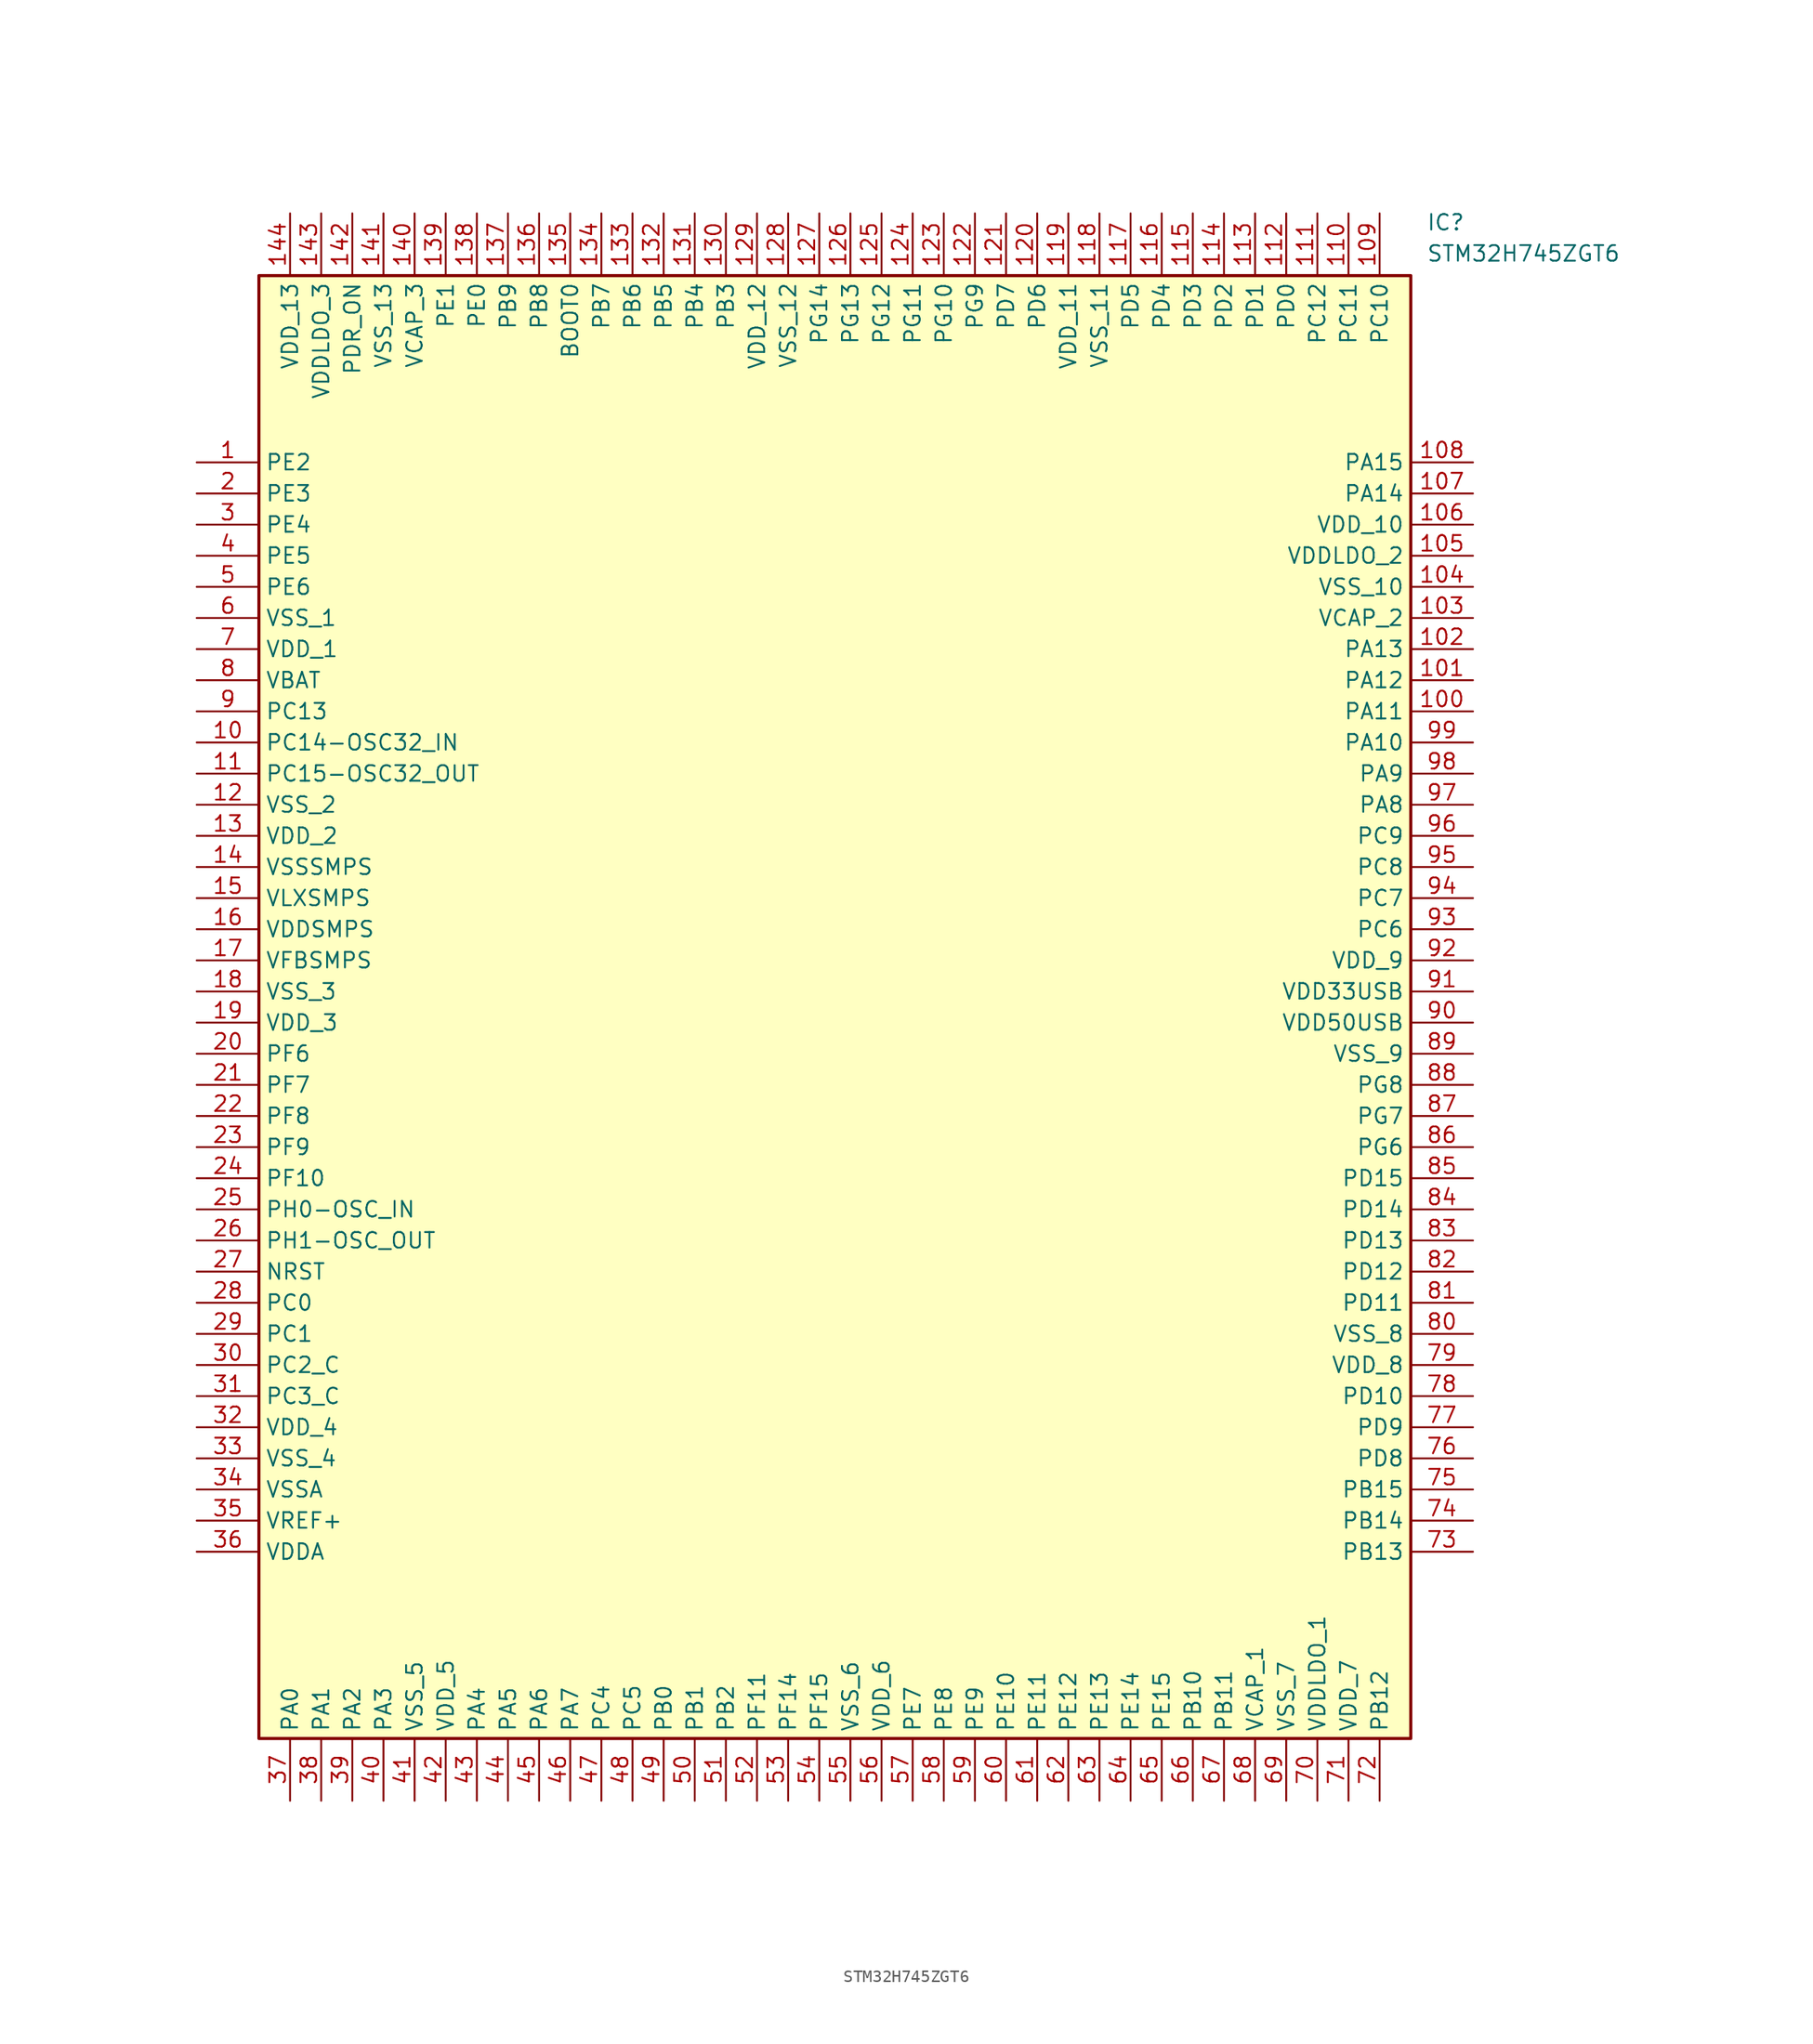
<source format=kicad_sym>
(kicad_symbol_lib
  (version 20211014)
  (generator SamacSys_ECAD_Model)
  (symbol "STM32H745ZGT6"
    (property "Reference" "IC"
      (at 100.33 20.32 0)
      (effects (font (size 1.27 1.27)) (justify left top)))
    (property "Value" "STM32H745ZGT6"
      (at 100.33 17.78 0)
      (effects (font (size 1.27 1.27)) (justify left top)))
    (rectangle
      (start 5.08 15.24)
      (end 99.06 -104.14)
      (stroke (width 0.254) (type default))
      (fill (type background)))
    (pin passive line
      (at 0 0 0)
      (length 5.08)
      (name "PE2" (effects (font (size 1.27 1.27))))
      (number "1" (effects (font (size 1.27 1.27)))))
    (pin passive line
      (at 0 -2.54 0)
      (length 5.08)
      (name "PE3" (effects (font (size 1.27 1.27))))
      (number "2" (effects (font (size 1.27 1.27)))))
    (pin passive line
      (at 0 -5.08 0)
      (length 5.08)
      (name "PE4" (effects (font (size 1.27 1.27))))
      (number "3" (effects (font (size 1.27 1.27)))))
    (pin passive line
      (at 0 -7.62 0)
      (length 5.08)
      (name "PE5" (effects (font (size 1.27 1.27))))
      (number "4" (effects (font (size 1.27 1.27)))))
    (pin passive line
      (at 0 -10.16 0)
      (length 5.08)
      (name "PE6" (effects (font (size 1.27 1.27))))
      (number "5" (effects (font (size 1.27 1.27)))))
    (pin passive line
      (at 0 -12.7 0)
      (length 5.08)
      (name "VSS_1" (effects (font (size 1.27 1.27))))
      (number "6" (effects (font (size 1.27 1.27)))))
    (pin passive line
      (at 0 -15.24 0)
      (length 5.08)
      (name "VDD_1" (effects (font (size 1.27 1.27))))
      (number "7" (effects (font (size 1.27 1.27)))))
    (pin passive line
      (at 0 -17.78 0)
      (length 5.08)
      (name "VBAT" (effects (font (size 1.27 1.27))))
      (number "8" (effects (font (size 1.27 1.27)))))
    (pin passive line
      (at 0 -20.32 0)
      (length 5.08)
      (name "PC13" (effects (font (size 1.27 1.27))))
      (number "9" (effects (font (size 1.27 1.27)))))
    (pin passive line
      (at 0 -22.86 0)
      (length 5.08)
      (name "PC14-OSC32_IN" (effects (font (size 1.27 1.27))))
      (number "10" (effects (font (size 1.27 1.27)))))
    (pin passive line
      (at 0 -25.4 0)
      (length 5.08)
      (name "PC15-OSC32_OUT" (effects (font (size 1.27 1.27))))
      (number "11" (effects (font (size 1.27 1.27)))))
    (pin passive line
      (at 0 -27.94 0)
      (length 5.08)
      (name "VSS_2" (effects (font (size 1.27 1.27))))
      (number "12" (effects (font (size 1.27 1.27)))))
    (pin passive line
      (at 0 -30.48 0)
      (length 5.08)
      (name "VDD_2" (effects (font (size 1.27 1.27))))
      (number "13" (effects (font (size 1.27 1.27)))))
    (pin passive line
      (at 0 -33.02 0)
      (length 5.08)
      (name "VSSSMPS" (effects (font (size 1.27 1.27))))
      (number "14" (effects (font (size 1.27 1.27)))))
    (pin passive line
      (at 0 -35.56 0)
      (length 5.08)
      (name "VLXSMPS" (effects (font (size 1.27 1.27))))
      (number "15" (effects (font (size 1.27 1.27)))))
    (pin passive line
      (at 0 -38.1 0)
      (length 5.08)
      (name "VDDSMPS" (effects (font (size 1.27 1.27))))
      (number "16" (effects (font (size 1.27 1.27)))))
    (pin passive line
      (at 0 -40.64 0)
      (length 5.08)
      (name "VFBSMPS" (effects (font (size 1.27 1.27))))
      (number "17" (effects (font (size 1.27 1.27)))))
    (pin passive line
      (at 0 -43.18 0)
      (length 5.08)
      (name "VSS_3" (effects (font (size 1.27 1.27))))
      (number "18" (effects (font (size 1.27 1.27)))))
    (pin passive line
      (at 0 -45.72 0)
      (length 5.08)
      (name "VDD_3" (effects (font (size 1.27 1.27))))
      (number "19" (effects (font (size 1.27 1.27)))))
    (pin passive line
      (at 0 -48.26 0)
      (length 5.08)
      (name "PF6" (effects (font (size 1.27 1.27))))
      (number "20" (effects (font (size 1.27 1.27)))))
    (pin passive line
      (at 0 -50.8 0)
      (length 5.08)
      (name "PF7" (effects (font (size 1.27 1.27))))
      (number "21" (effects (font (size 1.27 1.27)))))
    (pin passive line
      (at 0 -53.34 0)
      (length 5.08)
      (name "PF8" (effects (font (size 1.27 1.27))))
      (number "22" (effects (font (size 1.27 1.27)))))
    (pin passive line
      (at 0 -55.88 0)
      (length 5.08)
      (name "PF9" (effects (font (size 1.27 1.27))))
      (number "23" (effects (font (size 1.27 1.27)))))
    (pin passive line
      (at 0 -58.42 0)
      (length 5.08)
      (name "PF10" (effects (font (size 1.27 1.27))))
      (number "24" (effects (font (size 1.27 1.27)))))
    (pin passive line
      (at 0 -60.96 0)
      (length 5.08)
      (name "PH0-OSC_IN" (effects (font (size 1.27 1.27))))
      (number "25" (effects (font (size 1.27 1.27)))))
    (pin passive line
      (at 0 -63.5 0)
      (length 5.08)
      (name "PH1-OSC_OUT" (effects (font (size 1.27 1.27))))
      (number "26" (effects (font (size 1.27 1.27)))))
    (pin passive line
      (at 0 -66.04 0)
      (length 5.08)
      (name "NRST" (effects (font (size 1.27 1.27))))
      (number "27" (effects (font (size 1.27 1.27)))))
    (pin passive line
      (at 0 -68.58 0)
      (length 5.08)
      (name "PC0" (effects (font (size 1.27 1.27))))
      (number "28" (effects (font (size 1.27 1.27)))))
    (pin passive line
      (at 0 -71.12 0)
      (length 5.08)
      (name "PC1" (effects (font (size 1.27 1.27))))
      (number "29" (effects (font (size 1.27 1.27)))))
    (pin passive line
      (at 0 -73.66 0)
      (length 5.08)
      (name "PC2_C" (effects (font (size 1.27 1.27))))
      (number "30" (effects (font (size 1.27 1.27)))))
    (pin passive line
      (at 0 -76.2 0)
      (length 5.08)
      (name "PC3_C" (effects (font (size 1.27 1.27))))
      (number "31" (effects (font (size 1.27 1.27)))))
    (pin passive line
      (at 0 -78.74 0)
      (length 5.08)
      (name "VDD_4" (effects (font (size 1.27 1.27))))
      (number "32" (effects (font (size 1.27 1.27)))))
    (pin passive line
      (at 0 -81.28 0)
      (length 5.08)
      (name "VSS_4" (effects (font (size 1.27 1.27))))
      (number "33" (effects (font (size 1.27 1.27)))))
    (pin passive line
      (at 0 -83.82 0)
      (length 5.08)
      (name "VSSA" (effects (font (size 1.27 1.27))))
      (number "34" (effects (font (size 1.27 1.27)))))
    (pin passive line
      (at 0 -86.36 0)
      (length 5.08)
      (name "VREF+" (effects (font (size 1.27 1.27))))
      (number "35" (effects (font (size 1.27 1.27)))))
    (pin passive line
      (at 0 -88.9 0)
      (length 5.08)
      (name "VDDA" (effects (font (size 1.27 1.27))))
      (number "36" (effects (font (size 1.27 1.27)))))
    (pin passive line
      (at 7.62 -109.22 90)
      (length 5.08)
      (name "PA0" (effects (font (size 1.27 1.27))))
      (number "37" (effects (font (size 1.27 1.27)))))
    (pin passive line
      (at 10.16 -109.22 90)
      (length 5.08)
      (name "PA1" (effects (font (size 1.27 1.27))))
      (number "38" (effects (font (size 1.27 1.27)))))
    (pin passive line
      (at 12.7 -109.22 90)
      (length 5.08)
      (name "PA2" (effects (font (size 1.27 1.27))))
      (number "39" (effects (font (size 1.27 1.27)))))
    (pin passive line
      (at 15.24 -109.22 90)
      (length 5.08)
      (name "PA3" (effects (font (size 1.27 1.27))))
      (number "40" (effects (font (size 1.27 1.27)))))
    (pin passive line
      (at 17.78 -109.22 90)
      (length 5.08)
      (name "VSS_5" (effects (font (size 1.27 1.27))))
      (number "41" (effects (font (size 1.27 1.27)))))
    (pin passive line
      (at 20.32 -109.22 90)
      (length 5.08)
      (name "VDD_5" (effects (font (size 1.27 1.27))))
      (number "42" (effects (font (size 1.27 1.27)))))
    (pin passive line
      (at 22.86 -109.22 90)
      (length 5.08)
      (name "PA4" (effects (font (size 1.27 1.27))))
      (number "43" (effects (font (size 1.27 1.27)))))
    (pin passive line
      (at 25.4 -109.22 90)
      (length 5.08)
      (name "PA5" (effects (font (size 1.27 1.27))))
      (number "44" (effects (font (size 1.27 1.27)))))
    (pin passive line
      (at 27.94 -109.22 90)
      (length 5.08)
      (name "PA6" (effects (font (size 1.27 1.27))))
      (number "45" (effects (font (size 1.27 1.27)))))
    (pin passive line
      (at 30.48 -109.22 90)
      (length 5.08)
      (name "PA7" (effects (font (size 1.27 1.27))))
      (number "46" (effects (font (size 1.27 1.27)))))
    (pin passive line
      (at 33.02 -109.22 90)
      (length 5.08)
      (name "PC4" (effects (font (size 1.27 1.27))))
      (number "47" (effects (font (size 1.27 1.27)))))
    (pin passive line
      (at 35.56 -109.22 90)
      (length 5.08)
      (name "PC5" (effects (font (size 1.27 1.27))))
      (number "48" (effects (font (size 1.27 1.27)))))
    (pin passive line
      (at 38.1 -109.22 90)
      (length 5.08)
      (name "PB0" (effects (font (size 1.27 1.27))))
      (number "49" (effects (font (size 1.27 1.27)))))
    (pin passive line
      (at 40.64 -109.22 90)
      (length 5.08)
      (name "PB1" (effects (font (size 1.27 1.27))))
      (number "50" (effects (font (size 1.27 1.27)))))
    (pin passive line
      (at 43.18 -109.22 90)
      (length 5.08)
      (name "PB2" (effects (font (size 1.27 1.27))))
      (number "51" (effects (font (size 1.27 1.27)))))
    (pin passive line
      (at 45.72 -109.22 90)
      (length 5.08)
      (name "PF11" (effects (font (size 1.27 1.27))))
      (number "52" (effects (font (size 1.27 1.27)))))
    (pin passive line
      (at 48.26 -109.22 90)
      (length 5.08)
      (name "PF14" (effects (font (size 1.27 1.27))))
      (number "53" (effects (font (size 1.27 1.27)))))
    (pin passive line
      (at 50.8 -109.22 90)
      (length 5.08)
      (name "PF15" (effects (font (size 1.27 1.27))))
      (number "54" (effects (font (size 1.27 1.27)))))
    (pin passive line
      (at 53.34 -109.22 90)
      (length 5.08)
      (name "VSS_6" (effects (font (size 1.27 1.27))))
      (number "55" (effects (font (size 1.27 1.27)))))
    (pin passive line
      (at 55.88 -109.22 90)
      (length 5.08)
      (name "VDD_6" (effects (font (size 1.27 1.27))))
      (number "56" (effects (font (size 1.27 1.27)))))
    (pin passive line
      (at 58.42 -109.22 90)
      (length 5.08)
      (name "PE7" (effects (font (size 1.27 1.27))))
      (number "57" (effects (font (size 1.27 1.27)))))
    (pin passive line
      (at 60.96 -109.22 90)
      (length 5.08)
      (name "PE8" (effects (font (size 1.27 1.27))))
      (number "58" (effects (font (size 1.27 1.27)))))
    (pin passive line
      (at 63.5 -109.22 90)
      (length 5.08)
      (name "PE9" (effects (font (size 1.27 1.27))))
      (number "59" (effects (font (size 1.27 1.27)))))
    (pin passive line
      (at 66.04 -109.22 90)
      (length 5.08)
      (name "PE10" (effects (font (size 1.27 1.27))))
      (number "60" (effects (font (size 1.27 1.27)))))
    (pin passive line
      (at 68.58 -109.22 90)
      (length 5.08)
      (name "PE11" (effects (font (size 1.27 1.27))))
      (number "61" (effects (font (size 1.27 1.27)))))
    (pin passive line
      (at 71.12 -109.22 90)
      (length 5.08)
      (name "PE12" (effects (font (size 1.27 1.27))))
      (number "62" (effects (font (size 1.27 1.27)))))
    (pin passive line
      (at 73.66 -109.22 90)
      (length 5.08)
      (name "PE13" (effects (font (size 1.27 1.27))))
      (number "63" (effects (font (size 1.27 1.27)))))
    (pin passive line
      (at 76.2 -109.22 90)
      (length 5.08)
      (name "PE14" (effects (font (size 1.27 1.27))))
      (number "64" (effects (font (size 1.27 1.27)))))
    (pin passive line
      (at 78.74 -109.22 90)
      (length 5.08)
      (name "PE15" (effects (font (size 1.27 1.27))))
      (number "65" (effects (font (size 1.27 1.27)))))
    (pin passive line
      (at 81.28 -109.22 90)
      (length 5.08)
      (name "PB10" (effects (font (size 1.27 1.27))))
      (number "66" (effects (font (size 1.27 1.27)))))
    (pin passive line
      (at 83.82 -109.22 90)
      (length 5.08)
      (name "PB11" (effects (font (size 1.27 1.27))))
      (number "67" (effects (font (size 1.27 1.27)))))
    (pin passive line
      (at 86.36 -109.22 90)
      (length 5.08)
      (name "VCAP_1" (effects (font (size 1.27 1.27))))
      (number "68" (effects (font (size 1.27 1.27)))))
    (pin passive line
      (at 88.9 -109.22 90)
      (length 5.08)
      (name "VSS_7" (effects (font (size 1.27 1.27))))
      (number "69" (effects (font (size 1.27 1.27)))))
    (pin passive line
      (at 91.44 -109.22 90)
      (length 5.08)
      (name "VDDLDO_1" (effects (font (size 1.27 1.27))))
      (number "70" (effects (font (size 1.27 1.27)))))
    (pin passive line
      (at 93.98 -109.22 90)
      (length 5.08)
      (name "VDD_7" (effects (font (size 1.27 1.27))))
      (number "71" (effects (font (size 1.27 1.27)))))
    (pin passive line
      (at 96.52 -109.22 90)
      (length 5.08)
      (name "PB12" (effects (font (size 1.27 1.27))))
      (number "72" (effects (font (size 1.27 1.27)))))
    (pin passive line
      (at 104.14 0 180)
      (length 5.08)
      (name "PA15" (effects (font (size 1.27 1.27))))
      (number "108" (effects (font (size 1.27 1.27)))))
    (pin passive line
      (at 104.14 -2.54 180)
      (length 5.08)
      (name "PA14" (effects (font (size 1.27 1.27))))
      (number "107" (effects (font (size 1.27 1.27)))))
    (pin passive line
      (at 104.14 -5.08 180)
      (length 5.08)
      (name "VDD_10" (effects (font (size 1.27 1.27))))
      (number "106" (effects (font (size 1.27 1.27)))))
    (pin passive line
      (at 104.14 -7.62 180)
      (length 5.08)
      (name "VDDLDO_2" (effects (font (size 1.27 1.27))))
      (number "105" (effects (font (size 1.27 1.27)))))
    (pin passive line
      (at 104.14 -10.16 180)
      (length 5.08)
      (name "VSS_10" (effects (font (size 1.27 1.27))))
      (number "104" (effects (font (size 1.27 1.27)))))
    (pin passive line
      (at 104.14 -12.7 180)
      (length 5.08)
      (name "VCAP_2" (effects (font (size 1.27 1.27))))
      (number "103" (effects (font (size 1.27 1.27)))))
    (pin passive line
      (at 104.14 -15.24 180)
      (length 5.08)
      (name "PA13" (effects (font (size 1.27 1.27))))
      (number "102" (effects (font (size 1.27 1.27)))))
    (pin passive line
      (at 104.14 -17.78 180)
      (length 5.08)
      (name "PA12" (effects (font (size 1.27 1.27))))
      (number "101" (effects (font (size 1.27 1.27)))))
    (pin passive line
      (at 104.14 -20.32 180)
      (length 5.08)
      (name "PA11" (effects (font (size 1.27 1.27))))
      (number "100" (effects (font (size 1.27 1.27)))))
    (pin passive line
      (at 104.14 -22.86 180)
      (length 5.08)
      (name "PA10" (effects (font (size 1.27 1.27))))
      (number "99" (effects (font (size 1.27 1.27)))))
    (pin passive line
      (at 104.14 -25.4 180)
      (length 5.08)
      (name "PA9" (effects (font (size 1.27 1.27))))
      (number "98" (effects (font (size 1.27 1.27)))))
    (pin passive line
      (at 104.14 -27.94 180)
      (length 5.08)
      (name "PA8" (effects (font (size 1.27 1.27))))
      (number "97" (effects (font (size 1.27 1.27)))))
    (pin passive line
      (at 104.14 -30.48 180)
      (length 5.08)
      (name "PC9" (effects (font (size 1.27 1.27))))
      (number "96" (effects (font (size 1.27 1.27)))))
    (pin passive line
      (at 104.14 -33.02 180)
      (length 5.08)
      (name "PC8" (effects (font (size 1.27 1.27))))
      (number "95" (effects (font (size 1.27 1.27)))))
    (pin passive line
      (at 104.14 -35.56 180)
      (length 5.08)
      (name "PC7" (effects (font (size 1.27 1.27))))
      (number "94" (effects (font (size 1.27 1.27)))))
    (pin passive line
      (at 104.14 -38.1 180)
      (length 5.08)
      (name "PC6" (effects (font (size 1.27 1.27))))
      (number "93" (effects (font (size 1.27 1.27)))))
    (pin passive line
      (at 104.14 -40.64 180)
      (length 5.08)
      (name "VDD_9" (effects (font (size 1.27 1.27))))
      (number "92" (effects (font (size 1.27 1.27)))))
    (pin passive line
      (at 104.14 -43.18 180)
      (length 5.08)
      (name "VDD33USB" (effects (font (size 1.27 1.27))))
      (number "91" (effects (font (size 1.27 1.27)))))
    (pin passive line
      (at 104.14 -45.72 180)
      (length 5.08)
      (name "VDD50USB" (effects (font (size 1.27 1.27))))
      (number "90" (effects (font (size 1.27 1.27)))))
    (pin passive line
      (at 104.14 -48.26 180)
      (length 5.08)
      (name "VSS_9" (effects (font (size 1.27 1.27))))
      (number "89" (effects (font (size 1.27 1.27)))))
    (pin passive line
      (at 104.14 -50.8 180)
      (length 5.08)
      (name "PG8" (effects (font (size 1.27 1.27))))
      (number "88" (effects (font (size 1.27 1.27)))))
    (pin passive line
      (at 104.14 -53.34 180)
      (length 5.08)
      (name "PG7" (effects (font (size 1.27 1.27))))
      (number "87" (effects (font (size 1.27 1.27)))))
    (pin passive line
      (at 104.14 -55.88 180)
      (length 5.08)
      (name "PG6" (effects (font (size 1.27 1.27))))
      (number "86" (effects (font (size 1.27 1.27)))))
    (pin passive line
      (at 104.14 -58.42 180)
      (length 5.08)
      (name "PD15" (effects (font (size 1.27 1.27))))
      (number "85" (effects (font (size 1.27 1.27)))))
    (pin passive line
      (at 104.14 -60.96 180)
      (length 5.08)
      (name "PD14" (effects (font (size 1.27 1.27))))
      (number "84" (effects (font (size 1.27 1.27)))))
    (pin passive line
      (at 104.14 -63.5 180)
      (length 5.08)
      (name "PD13" (effects (font (size 1.27 1.27))))
      (number "83" (effects (font (size 1.27 1.27)))))
    (pin passive line
      (at 104.14 -66.04 180)
      (length 5.08)
      (name "PD12" (effects (font (size 1.27 1.27))))
      (number "82" (effects (font (size 1.27 1.27)))))
    (pin passive line
      (at 104.14 -68.58 180)
      (length 5.08)
      (name "PD11" (effects (font (size 1.27 1.27))))
      (number "81" (effects (font (size 1.27 1.27)))))
    (pin passive line
      (at 104.14 -71.12 180)
      (length 5.08)
      (name "VSS_8" (effects (font (size 1.27 1.27))))
      (number "80" (effects (font (size 1.27 1.27)))))
    (pin passive line
      (at 104.14 -73.66 180)
      (length 5.08)
      (name "VDD_8" (effects (font (size 1.27 1.27))))
      (number "79" (effects (font (size 1.27 1.27)))))
    (pin passive line
      (at 104.14 -76.2 180)
      (length 5.08)
      (name "PD10" (effects (font (size 1.27 1.27))))
      (number "78" (effects (font (size 1.27 1.27)))))
    (pin passive line
      (at 104.14 -78.74 180)
      (length 5.08)
      (name "PD9" (effects (font (size 1.27 1.27))))
      (number "77" (effects (font (size 1.27 1.27)))))
    (pin passive line
      (at 104.14 -81.28 180)
      (length 5.08)
      (name "PD8" (effects (font (size 1.27 1.27))))
      (number "76" (effects (font (size 1.27 1.27)))))
    (pin passive line
      (at 104.14 -83.82 180)
      (length 5.08)
      (name "PB15" (effects (font (size 1.27 1.27))))
      (number "75" (effects (font (size 1.27 1.27)))))
    (pin passive line
      (at 104.14 -86.36 180)
      (length 5.08)
      (name "PB14" (effects (font (size 1.27 1.27))))
      (number "74" (effects (font (size 1.27 1.27)))))
    (pin passive line
      (at 104.14 -88.9 180)
      (length 5.08)
      (name "PB13" (effects (font (size 1.27 1.27))))
      (number "73" (effects (font (size 1.27 1.27)))))
    (pin passive line
      (at 7.62 20.32 270)
      (length 5.08)
      (name "VDD_13" (effects (font (size 1.27 1.27))))
      (number "144" (effects (font (size 1.27 1.27)))))
    (pin passive line
      (at 10.16 20.32 270)
      (length 5.08)
      (name "VDDLDO_3" (effects (font (size 1.27 1.27))))
      (number "143" (effects (font (size 1.27 1.27)))))
    (pin passive line
      (at 12.7 20.32 270)
      (length 5.08)
      (name "PDR_ON" (effects (font (size 1.27 1.27))))
      (number "142" (effects (font (size 1.27 1.27)))))
    (pin passive line
      (at 15.24 20.32 270)
      (length 5.08)
      (name "VSS_13" (effects (font (size 1.27 1.27))))
      (number "141" (effects (font (size 1.27 1.27)))))
    (pin passive line
      (at 17.78 20.32 270)
      (length 5.08)
      (name "VCAP_3" (effects (font (size 1.27 1.27))))
      (number "140" (effects (font (size 1.27 1.27)))))
    (pin passive line
      (at 20.32 20.32 270)
      (length 5.08)
      (name "PE1" (effects (font (size 1.27 1.27))))
      (number "139" (effects (font (size 1.27 1.27)))))
    (pin passive line
      (at 22.86 20.32 270)
      (length 5.08)
      (name "PE0" (effects (font (size 1.27 1.27))))
      (number "138" (effects (font (size 1.27 1.27)))))
    (pin passive line
      (at 25.4 20.32 270)
      (length 5.08)
      (name "PB9" (effects (font (size 1.27 1.27))))
      (number "137" (effects (font (size 1.27 1.27)))))
    (pin passive line
      (at 27.94 20.32 270)
      (length 5.08)
      (name "PB8" (effects (font (size 1.27 1.27))))
      (number "136" (effects (font (size 1.27 1.27)))))
    (pin passive line
      (at 30.48 20.32 270)
      (length 5.08)
      (name "BOOT0" (effects (font (size 1.27 1.27))))
      (number "135" (effects (font (size 1.27 1.27)))))
    (pin passive line
      (at 33.02 20.32 270)
      (length 5.08)
      (name "PB7" (effects (font (size 1.27 1.27))))
      (number "134" (effects (font (size 1.27 1.27)))))
    (pin passive line
      (at 35.56 20.32 270)
      (length 5.08)
      (name "PB6" (effects (font (size 1.27 1.27))))
      (number "133" (effects (font (size 1.27 1.27)))))
    (pin passive line
      (at 38.1 20.32 270)
      (length 5.08)
      (name "PB5" (effects (font (size 1.27 1.27))))
      (number "132" (effects (font (size 1.27 1.27)))))
    (pin passive line
      (at 40.64 20.32 270)
      (length 5.08)
      (name "PB4" (effects (font (size 1.27 1.27))))
      (number "131" (effects (font (size 1.27 1.27)))))
    (pin passive line
      (at 43.18 20.32 270)
      (length 5.08)
      (name "PB3" (effects (font (size 1.27 1.27))))
      (number "130" (effects (font (size 1.27 1.27)))))
    (pin passive line
      (at 45.72 20.32 270)
      (length 5.08)
      (name "VDD_12" (effects (font (size 1.27 1.27))))
      (number "129" (effects (font (size 1.27 1.27)))))
    (pin passive line
      (at 48.26 20.32 270)
      (length 5.08)
      (name "VSS_12" (effects (font (size 1.27 1.27))))
      (number "128" (effects (font (size 1.27 1.27)))))
    (pin passive line
      (at 50.8 20.32 270)
      (length 5.08)
      (name "PG14" (effects (font (size 1.27 1.27))))
      (number "127" (effects (font (size 1.27 1.27)))))
    (pin passive line
      (at 53.34 20.32 270)
      (length 5.08)
      (name "PG13" (effects (font (size 1.27 1.27))))
      (number "126" (effects (font (size 1.27 1.27)))))
    (pin passive line
      (at 55.88 20.32 270)
      (length 5.08)
      (name "PG12" (effects (font (size 1.27 1.27))))
      (number "125" (effects (font (size 1.27 1.27)))))
    (pin passive line
      (at 58.42 20.32 270)
      (length 5.08)
      (name "PG11" (effects (font (size 1.27 1.27))))
      (number "124" (effects (font (size 1.27 1.27)))))
    (pin passive line
      (at 60.96 20.32 270)
      (length 5.08)
      (name "PG10" (effects (font (size 1.27 1.27))))
      (number "123" (effects (font (size 1.27 1.27)))))
    (pin passive line
      (at 63.5 20.32 270)
      (length 5.08)
      (name "PG9" (effects (font (size 1.27 1.27))))
      (number "122" (effects (font (size 1.27 1.27)))))
    (pin passive line
      (at 66.04 20.32 270)
      (length 5.08)
      (name "PD7" (effects (font (size 1.27 1.27))))
      (number "121" (effects (font (size 1.27 1.27)))))
    (pin passive line
      (at 68.58 20.32 270)
      (length 5.08)
      (name "PD6" (effects (font (size 1.27 1.27))))
      (number "120" (effects (font (size 1.27 1.27)))))
    (pin passive line
      (at 71.12 20.32 270)
      (length 5.08)
      (name "VDD_11" (effects (font (size 1.27 1.27))))
      (number "119" (effects (font (size 1.27 1.27)))))
    (pin passive line
      (at 73.66 20.32 270)
      (length 5.08)
      (name "VSS_11" (effects (font (size 1.27 1.27))))
      (number "118" (effects (font (size 1.27 1.27)))))
    (pin passive line
      (at 76.2 20.32 270)
      (length 5.08)
      (name "PD5" (effects (font (size 1.27 1.27))))
      (number "117" (effects (font (size 1.27 1.27)))))
    (pin passive line
      (at 78.74 20.32 270)
      (length 5.08)
      (name "PD4" (effects (font (size 1.27 1.27))))
      (number "116" (effects (font (size 1.27 1.27)))))
    (pin passive line
      (at 81.28 20.32 270)
      (length 5.08)
      (name "PD3" (effects (font (size 1.27 1.27))))
      (number "115" (effects (font (size 1.27 1.27)))))
    (pin passive line
      (at 83.82 20.32 270)
      (length 5.08)
      (name "PD2" (effects (font (size 1.27 1.27))))
      (number "114" (effects (font (size 1.27 1.27)))))
    (pin passive line
      (at 86.36 20.32 270)
      (length 5.08)
      (name "PD1" (effects (font (size 1.27 1.27))))
      (number "113" (effects (font (size 1.27 1.27)))))
    (pin passive line
      (at 88.9 20.32 270)
      (length 5.08)
      (name "PD0" (effects (font (size 1.27 1.27))))
      (number "112" (effects (font (size 1.27 1.27)))))
    (pin passive line
      (at 91.44 20.32 270)
      (length 5.08)
      (name "PC12" (effects (font (size 1.27 1.27))))
      (number "111" (effects (font (size 1.27 1.27)))))
    (pin passive line
      (at 93.98 20.32 270)
      (length 5.08)
      (name "PC11" (effects (font (size 1.27 1.27))))
      (number "110" (effects (font (size 1.27 1.27)))))
    (pin passive line
      (at 96.52 20.32 270)
      (length 5.08)
      (name "PC10" (effects (font (size 1.27 1.27))))
      (number "109" (effects (font (size 1.27 1.27)))))))
</source>
